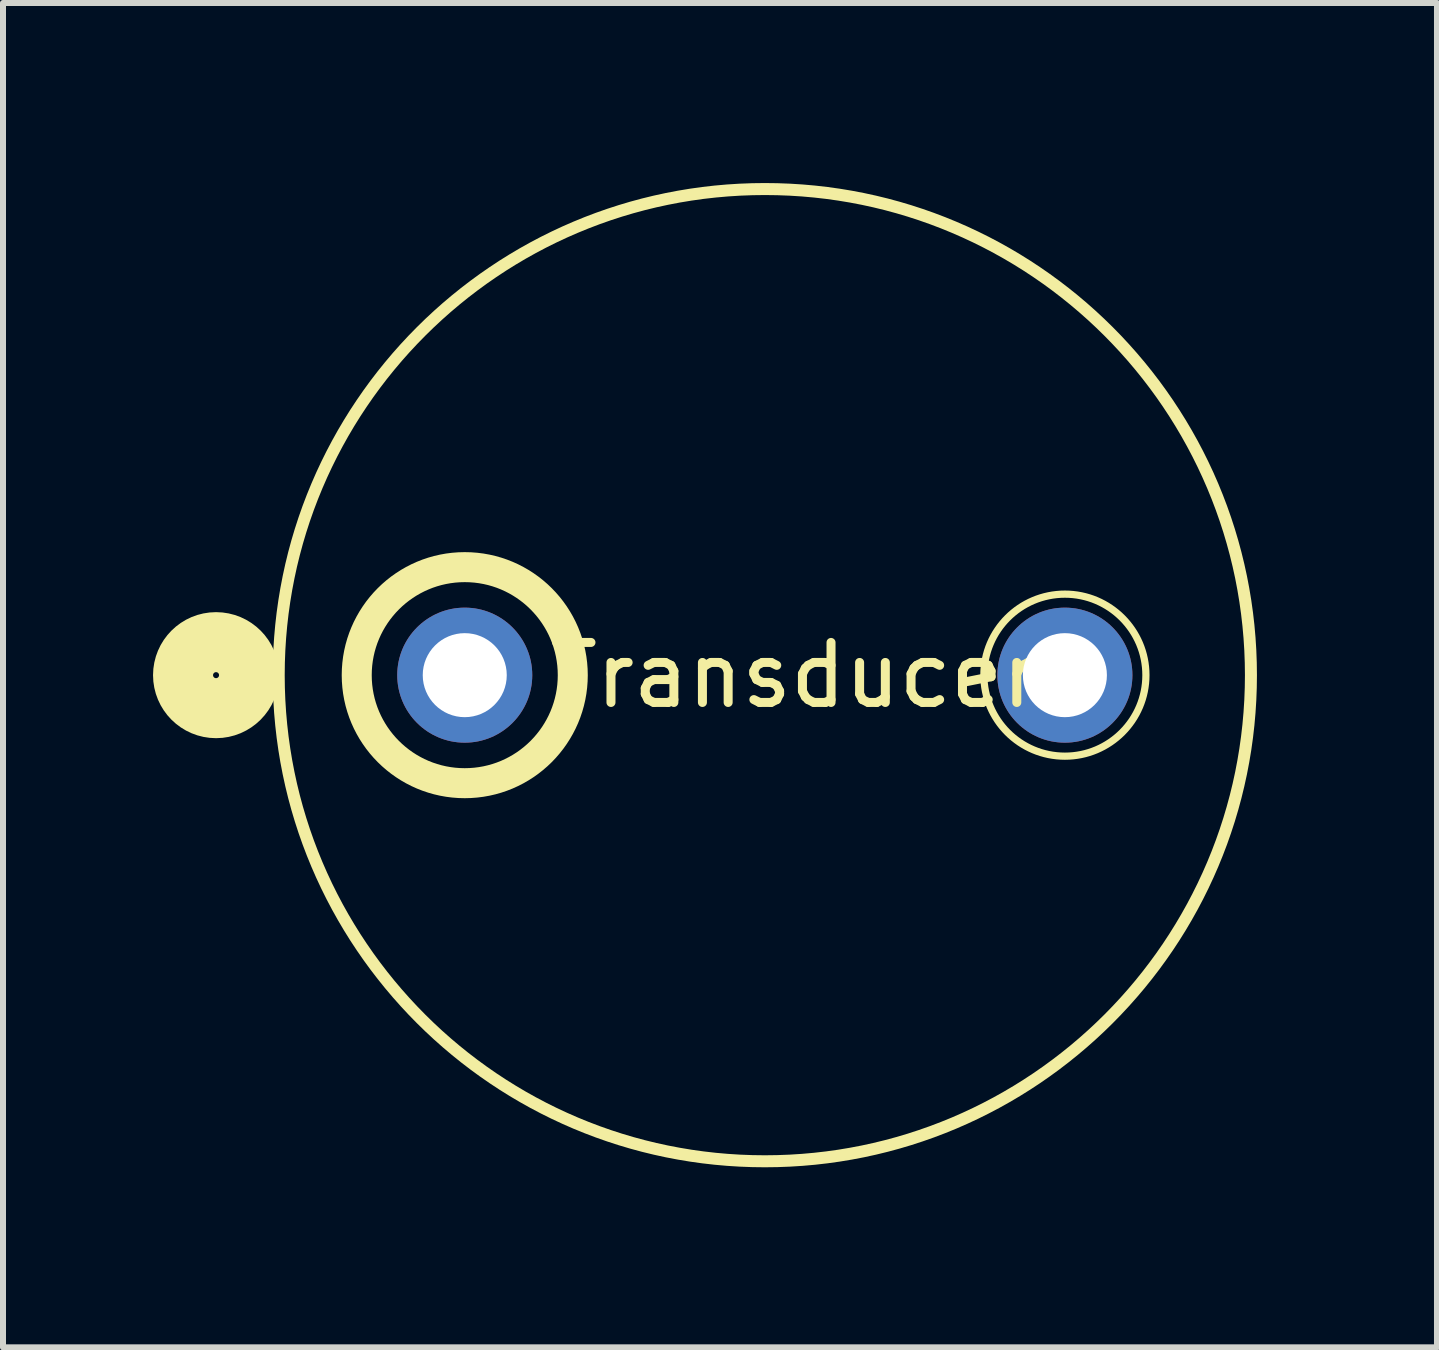
<source format=kicad_pcb>
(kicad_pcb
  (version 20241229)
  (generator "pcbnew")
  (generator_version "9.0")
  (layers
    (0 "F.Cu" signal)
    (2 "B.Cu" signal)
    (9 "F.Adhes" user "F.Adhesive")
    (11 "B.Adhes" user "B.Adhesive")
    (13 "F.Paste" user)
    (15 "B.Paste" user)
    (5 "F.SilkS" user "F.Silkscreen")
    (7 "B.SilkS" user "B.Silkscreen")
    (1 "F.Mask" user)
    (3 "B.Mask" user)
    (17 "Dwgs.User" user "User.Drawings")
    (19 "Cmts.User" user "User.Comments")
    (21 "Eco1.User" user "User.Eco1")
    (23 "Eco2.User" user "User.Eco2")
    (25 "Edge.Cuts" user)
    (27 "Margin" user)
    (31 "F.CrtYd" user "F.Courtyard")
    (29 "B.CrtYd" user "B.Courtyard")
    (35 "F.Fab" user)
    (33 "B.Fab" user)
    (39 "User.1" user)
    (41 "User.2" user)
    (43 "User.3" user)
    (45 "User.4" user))
  (footprint "Transducer"
    (layer "F.Cu")
    (at 9.694 8.2)
    (property "Reference" "Transducer" (at 0.508 0 0) (layer "F.SilkS") (effects (font (size 1 1) (thickness 0.15))))
    (attr through_hole)
    (fp_circle (center -9.144 0) (end -9.094 0) (stroke (width 1) (type solid)) (fill no) (layer "F.SilkS"))
    (fp_circle (center -5 0) (end -3.2 0) (stroke (width 0.5) (type solid)) (fill no) (layer "F.SilkS"))
    (fp_circle (center 0 0) (end 8.1 0) (stroke (width 0.2) (type solid)) (fill no) (layer "F.SilkS"))
    (fp_circle (center 5 0) (end 6.35 0) (stroke (width 0.12) (type solid)) (fill no) (layer "F.SilkS"))
    (pad "1" thru_hole circle (at -5 0) (size 2.25 2.25) (drill 1.4) (layers "*.Cu" "*.Mask"))
    (pad "2" thru_hole circle (at 5 0) (size 2.25 2.25) (drill 1.4) (layers "*.Cu" "*.Mask")))
  (gr_rect
    (start -3 -3)
    (end 20.894 19.4)
    (stroke (width 0.1) (type default))
    (fill no)
    (layer "Edge.Cuts")))
</source>
